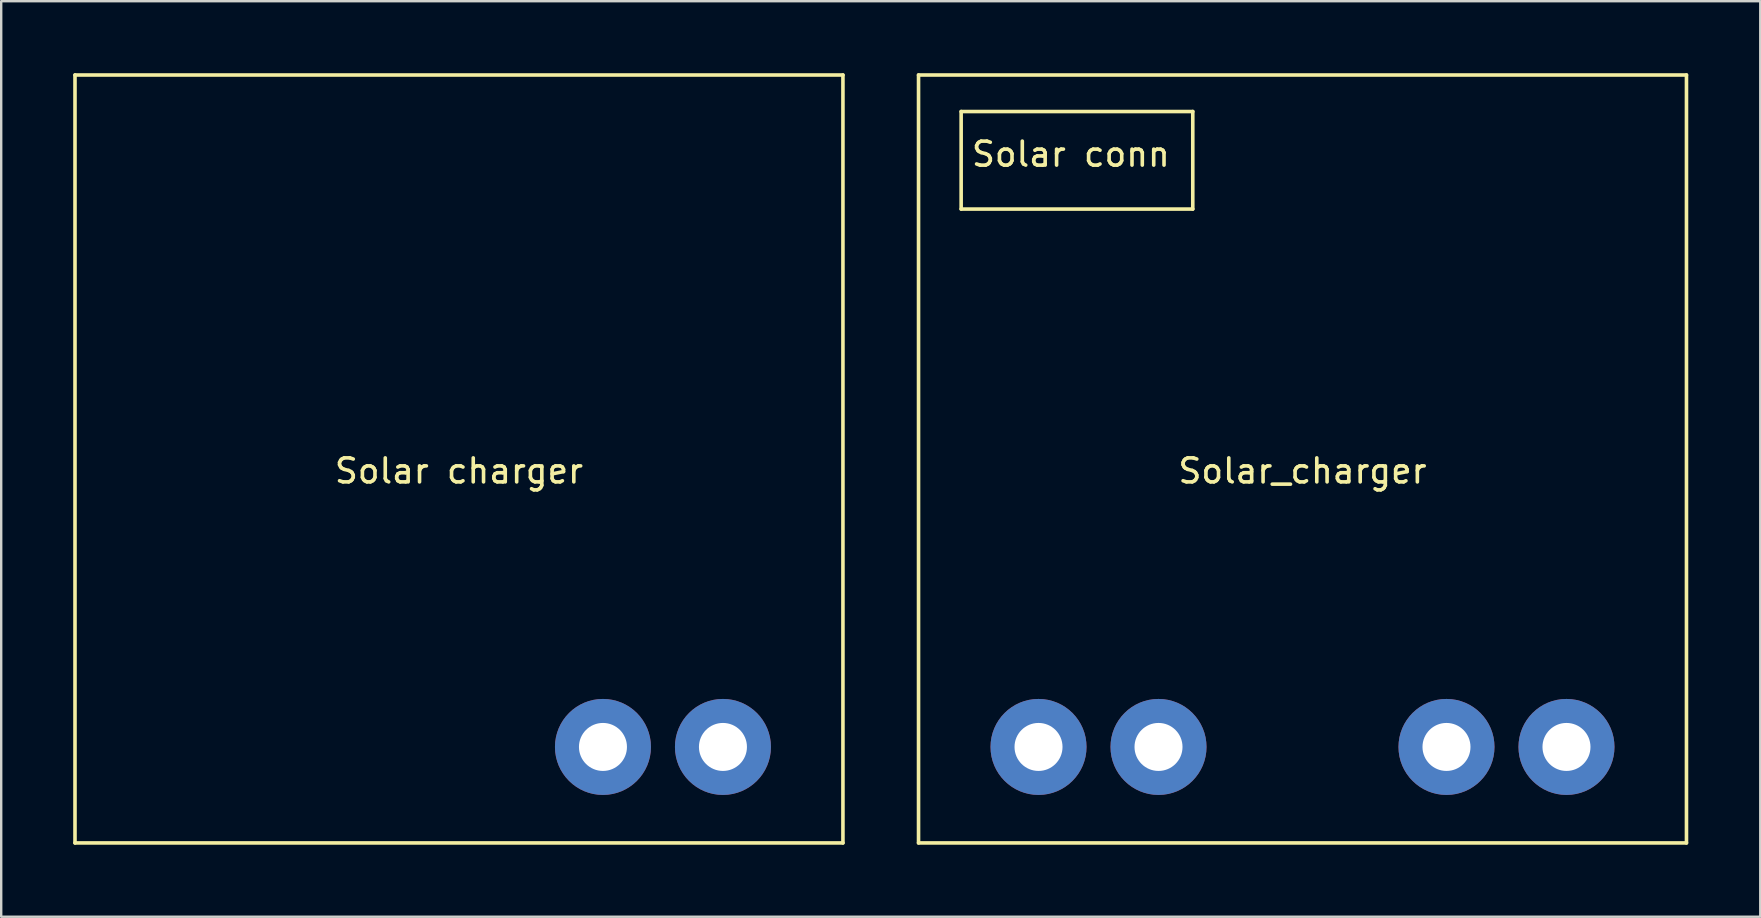
<source format=kicad_pcb>
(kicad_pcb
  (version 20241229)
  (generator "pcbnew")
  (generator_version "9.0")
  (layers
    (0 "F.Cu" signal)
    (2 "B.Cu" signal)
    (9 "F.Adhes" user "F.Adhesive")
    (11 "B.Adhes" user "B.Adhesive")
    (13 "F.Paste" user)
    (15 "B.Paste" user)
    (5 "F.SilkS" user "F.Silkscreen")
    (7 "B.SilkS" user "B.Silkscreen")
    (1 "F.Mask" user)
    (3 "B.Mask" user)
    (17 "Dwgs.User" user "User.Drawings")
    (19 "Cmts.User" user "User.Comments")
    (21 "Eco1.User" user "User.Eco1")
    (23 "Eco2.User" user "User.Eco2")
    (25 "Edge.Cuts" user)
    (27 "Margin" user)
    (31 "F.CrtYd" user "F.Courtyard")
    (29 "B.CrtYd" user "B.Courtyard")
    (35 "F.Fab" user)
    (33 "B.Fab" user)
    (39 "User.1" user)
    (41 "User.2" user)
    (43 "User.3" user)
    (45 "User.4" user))
  (footprint "Solar charger"
    (layer "F.Cu")
    (at 16.075 16.075)
    (property "Reference" "Solar charger" (at 0 0.5 0) (layer "F.SilkS") (effects (font (size 1 1) (thickness 0.15))))
    (attr through_hole)
    (fp_line (start -16 -16) (end 16 -16) (stroke (width 0.15) (type solid)) (layer "F.SilkS"))
    (fp_line (start -16 16) (end -16 -16) (stroke (width 0.15) (type solid)) (layer "F.SilkS"))
    (fp_line (start 16 -16) (end 16 16) (stroke (width 0.15) (type solid)) (layer "F.SilkS"))
    (fp_line (start 16 16) (end -16 16) (stroke (width 0.15) (type solid)) (layer "F.SilkS"))
    (pad "1" thru_hole circle (at 6 12) (size 4 4) (drill 2) (layers "*.Cu" "*.Mask"))
    (pad "2" thru_hole circle (at 11 12) (size 4 4) (drill 2) (layers "*.Cu" "*.Mask")))
  (footprint "Solar_charger"
    (layer "F.Cu")
    (at 51.225 16.075)
    (property "Reference" "Solar_charger" (at 0 0.5 0) (layer "F.SilkS") (effects (font (size 1 1) (thickness 0.15))))
    (attr through_hole)
    (fp_line (start -16 -16) (end 16 -16) (stroke (width 0.15) (type solid)) (layer "F.SilkS"))
    (fp_line (start -16 16) (end -16 -16) (stroke (width 0.15) (type solid)) (layer "F.SilkS"))
    (fp_line (start -14.224 -14.478) (end -14.224 -10.414) (stroke (width 0.15) (type solid)) (layer "F.SilkS"))
    (fp_line (start -14.224 -10.414) (end -4.572 -10.414) (stroke (width 0.15) (type solid)) (layer "F.SilkS"))
    (fp_line (start -4.572 -14.478) (end -14.224 -14.478) (stroke (width 0.15) (type solid)) (layer "F.SilkS"))
    (fp_line (start -4.572 -10.414) (end -4.572 -14.478) (stroke (width 0.15) (type solid)) (layer "F.SilkS"))
    (fp_line (start 16 -16) (end 16 16) (stroke (width 0.15) (type solid)) (layer "F.SilkS"))
    (fp_line (start 16 16) (end -16 16) (stroke (width 0.15) (type solid)) (layer "F.SilkS"))
    (fp_text user "Solar conn" (at -9.652 -12.7 0) (layer "F.SilkS") (effects (font (size 1 1) (thickness 0.15))))
    (pad "1" thru_hole circle (at 6 12) (size 4 4) (drill 2) (layers "*.Cu" "*.Mask"))
    (pad "2" thru_hole circle (at 11 12) (size 4 4) (drill 2) (layers "*.Cu" "*.Mask"))
    (pad "3" thru_hole circle (at -6 12) (size 4 4) (drill 2) (layers "*.Cu" "*.Mask"))
    (pad "4" thru_hole circle (at -11 12) (size 4 4) (drill 2) (layers "*.Cu" "*.Mask")))
  (gr_rect
    (start -3 -3)
    (end 70.3 35.15)
    (stroke (width 0.1) (type default))
    (fill no)
    (layer "Edge.Cuts")))
</source>
